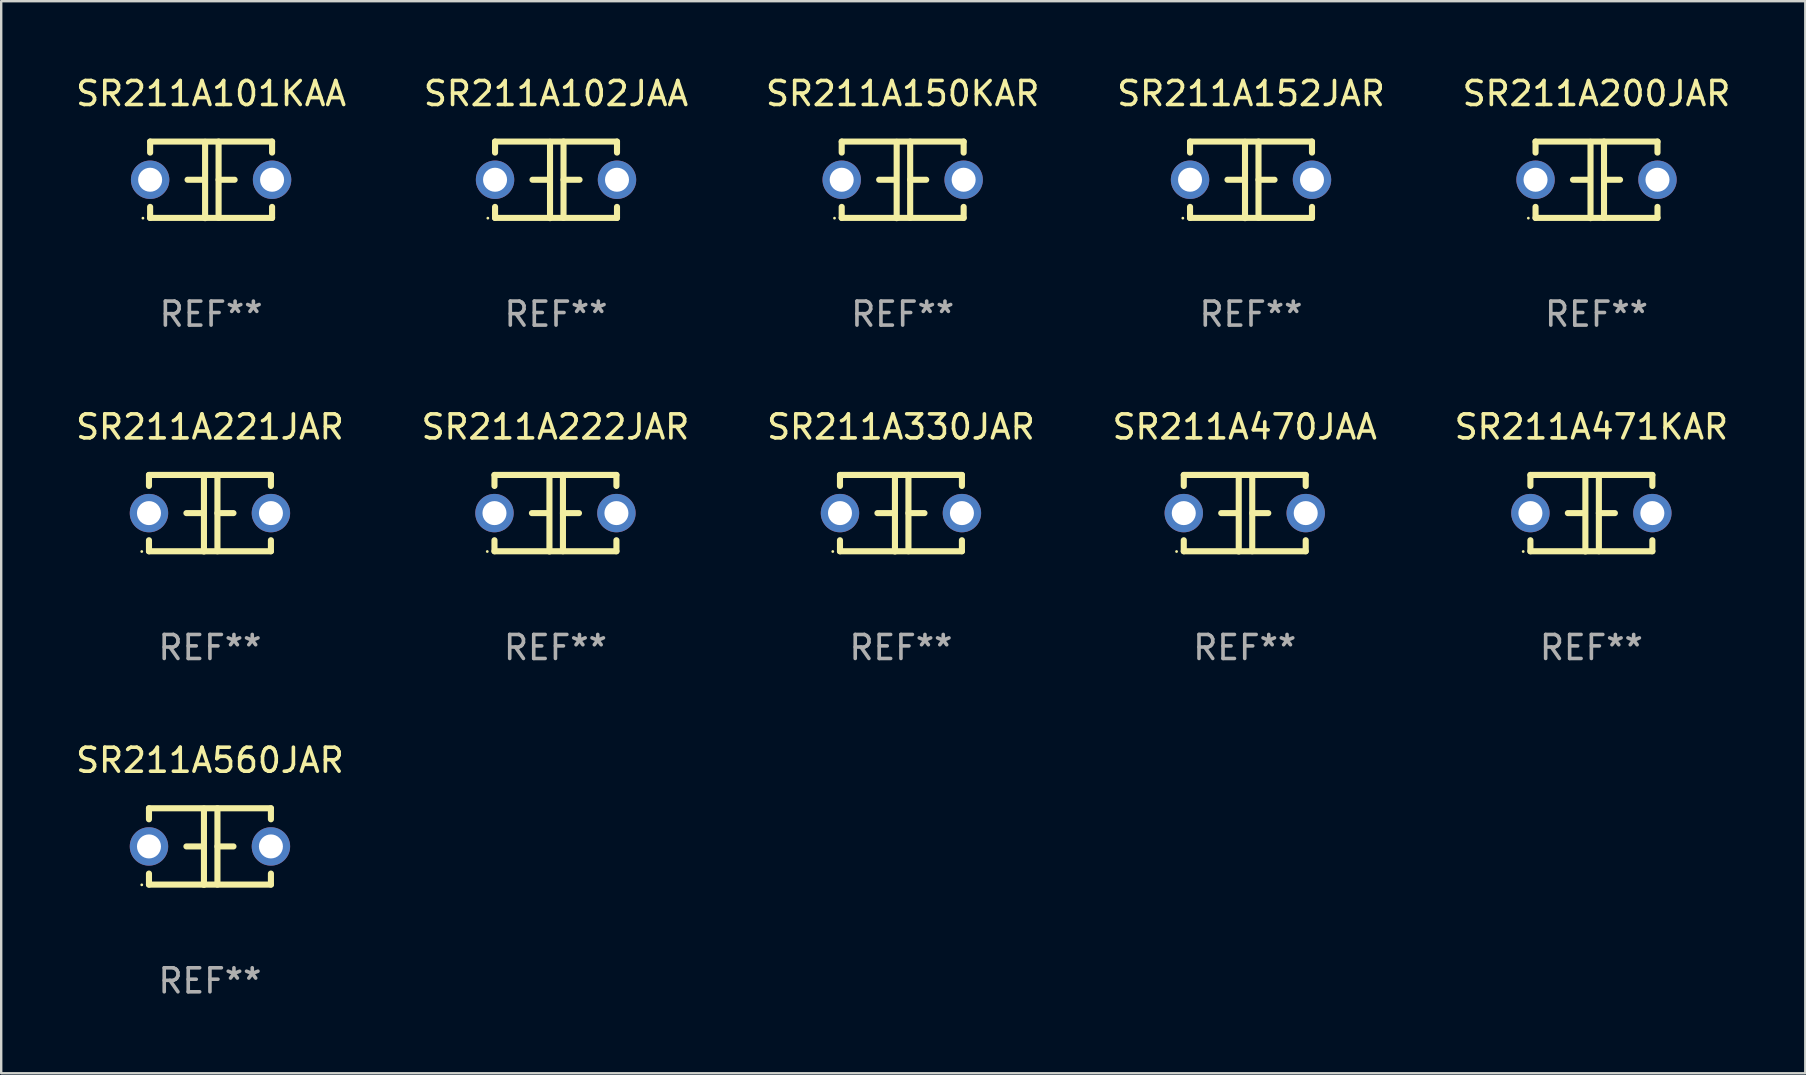
<source format=kicad_pcb>
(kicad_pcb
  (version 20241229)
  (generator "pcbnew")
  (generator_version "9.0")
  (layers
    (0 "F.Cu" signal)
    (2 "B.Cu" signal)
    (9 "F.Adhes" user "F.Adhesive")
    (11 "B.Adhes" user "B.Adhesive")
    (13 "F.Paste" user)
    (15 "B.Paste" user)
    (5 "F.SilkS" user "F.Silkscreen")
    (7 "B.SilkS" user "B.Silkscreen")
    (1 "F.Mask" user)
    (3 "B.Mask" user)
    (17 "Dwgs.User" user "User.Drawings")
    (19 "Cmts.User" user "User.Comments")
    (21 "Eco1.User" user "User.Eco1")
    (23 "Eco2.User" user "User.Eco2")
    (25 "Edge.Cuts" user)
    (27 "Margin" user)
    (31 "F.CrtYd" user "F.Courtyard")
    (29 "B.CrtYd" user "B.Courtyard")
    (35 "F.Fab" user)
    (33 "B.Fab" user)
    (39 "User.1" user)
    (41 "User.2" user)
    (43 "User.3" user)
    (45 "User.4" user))
  (footprint "SR211A560JAR"
    (layer "F.Cu")
    (at 5.696 32.216)
    (property "Reference" "SR211A560JAR" (at 0 -3.595 0) (layer "F.SilkS") (effects (font (size 1 1) (thickness 0.15))))
    (attr through_hole)
    (fp_line (start -2.54 -1.595) (end -2.54 -1.136) (stroke (width 0.254) (type solid)) (layer "F.SilkS"))
    (fp_line (start -2.54 -1.595) (end 2.54 -1.595) (stroke (width 0.254) (type solid)) (layer "F.SilkS"))
    (fp_line (start -2.54 1.126) (end -2.54 1.585) (stroke (width 0.254) (type solid)) (layer "F.SilkS"))
    (fp_line (start -0.312 -0.005) (end -0.98 -0.005) (stroke (width 0.254) (type solid)) (layer "F.SilkS"))
    (fp_line (start -0.25 -1.585) (end -0.25 1.595) (stroke (width 0.254) (type solid)) (layer "F.SilkS"))
    (fp_line (start 0.312 -1.595) (end 0.312 1.585) (stroke (width 0.254) (type solid)) (layer "F.SilkS"))
    (fp_line (start 0.312 -0.005) (end 0.98 -0.005) (stroke (width 0.254) (type solid)) (layer "F.SilkS"))
    (fp_line (start 2.54 -1.595) (end 2.54 -1.136) (stroke (width 0.254) (type solid)) (layer "F.SilkS"))
    (fp_line (start 2.54 1.126) (end 2.54 1.585) (stroke (width 0.254) (type solid)) (layer "F.SilkS"))
    (fp_line (start 2.54 1.585) (end -2.54 1.585) (stroke (width 0.254) (type solid)) (layer "F.SilkS"))
    (fp_circle (center -2.84 1.595) (end -2.81 1.595) (stroke (width 0.06) (type solid)) (fill no) (layer "F.SilkS"))
    (fp_text user "REF**" (at 0 5.595 0) (layer "F.Fab") (effects (font (size 1 1) (thickness 0.15))))
    (pad "1" thru_hole circle (at -2.54 -0.005) (size 1.6 1.6) (drill 1) (layers "*.Cu" "*.Mask"))
    (pad "2" thru_hole circle (at 2.54 -0.005) (size 1.6 1.6) (drill 1) (layers "*.Cu" "*.Mask")))
  (footprint "SR211A101KAA"
    (layer "F.Cu")
    (at 5.744 4.443)
    (property "Reference" "SR211A101KAA" (at 0 -3.595 0) (layer "F.SilkS") (effects (font (size 1 1) (thickness 0.15))))
    (attr through_hole)
    (fp_line (start -2.54 -1.595) (end -2.54 -1.136) (stroke (width 0.254) (type solid)) (layer "F.SilkS"))
    (fp_line (start -2.54 -1.595) (end 2.54 -1.595) (stroke (width 0.254) (type solid)) (layer "F.SilkS"))
    (fp_line (start -2.54 1.126) (end -2.54 1.585) (stroke (width 0.254) (type solid)) (layer "F.SilkS"))
    (fp_line (start -0.312 -0.005) (end -0.98 -0.005) (stroke (width 0.254) (type solid)) (layer "F.SilkS"))
    (fp_line (start -0.25 -1.585) (end -0.25 1.595) (stroke (width 0.254) (type solid)) (layer "F.SilkS"))
    (fp_line (start 0.312 -1.595) (end 0.312 1.585) (stroke (width 0.254) (type solid)) (layer "F.SilkS"))
    (fp_line (start 0.312 -0.005) (end 0.98 -0.005) (stroke (width 0.254) (type solid)) (layer "F.SilkS"))
    (fp_line (start 2.54 -1.595) (end 2.54 -1.136) (stroke (width 0.254) (type solid)) (layer "F.SilkS"))
    (fp_line (start 2.54 1.126) (end 2.54 1.585) (stroke (width 0.254) (type solid)) (layer "F.SilkS"))
    (fp_line (start 2.54 1.585) (end -2.54 1.585) (stroke (width 0.254) (type solid)) (layer "F.SilkS"))
    (fp_circle (center -2.84 1.595) (end -2.81 1.595) (stroke (width 0.06) (type solid)) (fill no) (layer "F.SilkS"))
    (fp_text user "REF**" (at 0 5.595 0) (layer "F.Fab") (effects (font (size 1 1) (thickness 0.15))))
    (pad "1" thru_hole circle (at -2.54 -0.005) (size 1.6 1.6) (drill 1) (layers "*.Cu" "*.Mask"))
    (pad "2" thru_hole circle (at 2.54 -0.005) (size 1.6 1.6) (drill 1) (layers "*.Cu" "*.Mask")))
  (footprint "SR211A200JAR"
    (layer "F.Cu")
    (at 63.458 4.443)
    (property "Reference" "SR211A200JAR" (at 0 -3.595 0) (layer "F.SilkS") (effects (font (size 1 1) (thickness 0.15))))
    (attr through_hole)
    (fp_line (start -2.54 -1.595) (end -2.54 -1.136) (stroke (width 0.254) (type solid)) (layer "F.SilkS"))
    (fp_line (start -2.54 -1.595) (end 2.54 -1.595) (stroke (width 0.254) (type solid)) (layer "F.SilkS"))
    (fp_line (start -2.54 1.126) (end -2.54 1.585) (stroke (width 0.254) (type solid)) (layer "F.SilkS"))
    (fp_line (start -0.312 -0.005) (end -0.98 -0.005) (stroke (width 0.254) (type solid)) (layer "F.SilkS"))
    (fp_line (start -0.25 -1.585) (end -0.25 1.595) (stroke (width 0.254) (type solid)) (layer "F.SilkS"))
    (fp_line (start 0.312 -1.595) (end 0.312 1.585) (stroke (width 0.254) (type solid)) (layer "F.SilkS"))
    (fp_line (start 0.312 -0.005) (end 0.98 -0.005) (stroke (width 0.254) (type solid)) (layer "F.SilkS"))
    (fp_line (start 2.54 -1.595) (end 2.54 -1.136) (stroke (width 0.254) (type solid)) (layer "F.SilkS"))
    (fp_line (start 2.54 1.126) (end 2.54 1.585) (stroke (width 0.254) (type solid)) (layer "F.SilkS"))
    (fp_line (start 2.54 1.585) (end -2.54 1.585) (stroke (width 0.254) (type solid)) (layer "F.SilkS"))
    (fp_circle (center -2.84 1.595) (end -2.81 1.595) (stroke (width 0.06) (type solid)) (fill no) (layer "F.SilkS"))
    (fp_text user "REF**" (at 0 5.595 0) (layer "F.Fab") (effects (font (size 1 1) (thickness 0.15))))
    (pad "1" thru_hole circle (at -2.54 -0.005) (size 1.6 1.6) (drill 1) (layers "*.Cu" "*.Mask"))
    (pad "2" thru_hole circle (at 2.54 -0.005) (size 1.6 1.6) (drill 1) (layers "*.Cu" "*.Mask")))
  (footprint "SR211A470JAA"
    (layer "F.Cu")
    (at 48.804 18.33)
    (property "Reference" "SR211A470JAA" (at 0 -3.595 0) (layer "F.SilkS") (effects (font (size 1 1) (thickness 0.15))))
    (attr through_hole)
    (fp_line (start -2.54 -1.595) (end -2.54 -1.136) (stroke (width 0.254) (type solid)) (layer "F.SilkS"))
    (fp_line (start -2.54 -1.595) (end 2.54 -1.595) (stroke (width 0.254) (type solid)) (layer "F.SilkS"))
    (fp_line (start -2.54 1.126) (end -2.54 1.585) (stroke (width 0.254) (type solid)) (layer "F.SilkS"))
    (fp_line (start -0.312 -0.005) (end -0.98 -0.005) (stroke (width 0.254) (type solid)) (layer "F.SilkS"))
    (fp_line (start -0.25 -1.585) (end -0.25 1.595) (stroke (width 0.254) (type solid)) (layer "F.SilkS"))
    (fp_line (start 0.312 -1.595) (end 0.312 1.585) (stroke (width 0.254) (type solid)) (layer "F.SilkS"))
    (fp_line (start 0.312 -0.005) (end 0.98 -0.005) (stroke (width 0.254) (type solid)) (layer "F.SilkS"))
    (fp_line (start 2.54 -1.595) (end 2.54 -1.136) (stroke (width 0.254) (type solid)) (layer "F.SilkS"))
    (fp_line (start 2.54 1.126) (end 2.54 1.585) (stroke (width 0.254) (type solid)) (layer "F.SilkS"))
    (fp_line (start 2.54 1.585) (end -2.54 1.585) (stroke (width 0.254) (type solid)) (layer "F.SilkS"))
    (fp_circle (center -2.84 1.595) (end -2.81 1.595) (stroke (width 0.06) (type solid)) (fill no) (layer "F.SilkS"))
    (fp_text user "REF**" (at 0 5.595 0) (layer "F.Fab") (effects (font (size 1 1) (thickness 0.15))))
    (pad "1" thru_hole circle (at -2.54 -0.005) (size 1.6 1.6) (drill 1) (layers "*.Cu" "*.Mask"))
    (pad "2" thru_hole circle (at 2.54 -0.005) (size 1.6 1.6) (drill 1) (layers "*.Cu" "*.Mask")))
  (footprint "SR211A222JAR"
    (layer "F.Cu")
    (at 20.089 18.33)
    (property "Reference" "SR211A222JAR" (at 0 -3.595 0) (layer "F.SilkS") (effects (font (size 1 1) (thickness 0.15))))
    (attr through_hole)
    (fp_line (start -2.54 -1.595) (end -2.54 -1.136) (stroke (width 0.254) (type solid)) (layer "F.SilkS"))
    (fp_line (start -2.54 -1.595) (end 2.54 -1.595) (stroke (width 0.254) (type solid)) (layer "F.SilkS"))
    (fp_line (start -2.54 1.126) (end -2.54 1.585) (stroke (width 0.254) (type solid)) (layer "F.SilkS"))
    (fp_line (start -0.312 -0.005) (end -0.98 -0.005) (stroke (width 0.254) (type solid)) (layer "F.SilkS"))
    (fp_line (start -0.25 -1.585) (end -0.25 1.595) (stroke (width 0.254) (type solid)) (layer "F.SilkS"))
    (fp_line (start 0.312 -1.595) (end 0.312 1.585) (stroke (width 0.254) (type solid)) (layer "F.SilkS"))
    (fp_line (start 0.312 -0.005) (end 0.98 -0.005) (stroke (width 0.254) (type solid)) (layer "F.SilkS"))
    (fp_line (start 2.54 -1.595) (end 2.54 -1.136) (stroke (width 0.254) (type solid)) (layer "F.SilkS"))
    (fp_line (start 2.54 1.126) (end 2.54 1.585) (stroke (width 0.254) (type solid)) (layer "F.SilkS"))
    (fp_line (start 2.54 1.585) (end -2.54 1.585) (stroke (width 0.254) (type solid)) (layer "F.SilkS"))
    (fp_circle (center -2.84 1.595) (end -2.81 1.595) (stroke (width 0.06) (type solid)) (fill no) (layer "F.SilkS"))
    (fp_text user "REF**" (at 0 5.595 0) (layer "F.Fab") (effects (font (size 1 1) (thickness 0.15))))
    (pad "1" thru_hole circle (at -2.54 -0.005) (size 1.6 1.6) (drill 1) (layers "*.Cu" "*.Mask"))
    (pad "2" thru_hole circle (at 2.54 -0.005) (size 1.6 1.6) (drill 1) (layers "*.Cu" "*.Mask")))
  (footprint "SR211A221JAR"
    (layer "F.Cu")
    (at 5.696 18.33)
    (property "Reference" "SR211A221JAR" (at 0 -3.595 0) (layer "F.SilkS") (effects (font (size 1 1) (thickness 0.15))))
    (attr through_hole)
    (fp_line (start -2.54 -1.595) (end -2.54 -1.136) (stroke (width 0.254) (type solid)) (layer "F.SilkS"))
    (fp_line (start -2.54 -1.595) (end 2.54 -1.595) (stroke (width 0.254) (type solid)) (layer "F.SilkS"))
    (fp_line (start -2.54 1.126) (end -2.54 1.585) (stroke (width 0.254) (type solid)) (layer "F.SilkS"))
    (fp_line (start -0.312 -0.005) (end -0.98 -0.005) (stroke (width 0.254) (type solid)) (layer "F.SilkS"))
    (fp_line (start -0.25 -1.585) (end -0.25 1.595) (stroke (width 0.254) (type solid)) (layer "F.SilkS"))
    (fp_line (start 0.312 -1.595) (end 0.312 1.585) (stroke (width 0.254) (type solid)) (layer "F.SilkS"))
    (fp_line (start 0.312 -0.005) (end 0.98 -0.005) (stroke (width 0.254) (type solid)) (layer "F.SilkS"))
    (fp_line (start 2.54 -1.595) (end 2.54 -1.136) (stroke (width 0.254) (type solid)) (layer "F.SilkS"))
    (fp_line (start 2.54 1.126) (end 2.54 1.585) (stroke (width 0.254) (type solid)) (layer "F.SilkS"))
    (fp_line (start 2.54 1.585) (end -2.54 1.585) (stroke (width 0.254) (type solid)) (layer "F.SilkS"))
    (fp_circle (center -2.84 1.595) (end -2.81 1.595) (stroke (width 0.06) (type solid)) (fill no) (layer "F.SilkS"))
    (fp_text user "REF**" (at 0 5.595 0) (layer "F.Fab") (effects (font (size 1 1) (thickness 0.15))))
    (pad "1" thru_hole circle (at -2.54 -0.005) (size 1.6 1.6) (drill 1) (layers "*.Cu" "*.Mask"))
    (pad "2" thru_hole circle (at 2.54 -0.005) (size 1.6 1.6) (drill 1) (layers "*.Cu" "*.Mask")))
  (footprint "SR211A330JAR"
    (layer "F.Cu")
    (at 34.482 18.33)
    (property "Reference" "SR211A330JAR" (at 0 -3.595 0) (layer "F.SilkS") (effects (font (size 1 1) (thickness 0.15))))
    (attr through_hole)
    (fp_line (start -2.54 -1.595) (end -2.54 -1.136) (stroke (width 0.254) (type solid)) (layer "F.SilkS"))
    (fp_line (start -2.54 -1.595) (end 2.54 -1.595) (stroke (width 0.254) (type solid)) (layer "F.SilkS"))
    (fp_line (start -2.54 1.126) (end -2.54 1.585) (stroke (width 0.254) (type solid)) (layer "F.SilkS"))
    (fp_line (start -0.312 -0.005) (end -0.98 -0.005) (stroke (width 0.254) (type solid)) (layer "F.SilkS"))
    (fp_line (start -0.25 -1.585) (end -0.25 1.595) (stroke (width 0.254) (type solid)) (layer "F.SilkS"))
    (fp_line (start 0.312 -1.595) (end 0.312 1.585) (stroke (width 0.254) (type solid)) (layer "F.SilkS"))
    (fp_line (start 0.312 -0.005) (end 0.98 -0.005) (stroke (width 0.254) (type solid)) (layer "F.SilkS"))
    (fp_line (start 2.54 -1.595) (end 2.54 -1.136) (stroke (width 0.254) (type solid)) (layer "F.SilkS"))
    (fp_line (start 2.54 1.126) (end 2.54 1.585) (stroke (width 0.254) (type solid)) (layer "F.SilkS"))
    (fp_line (start 2.54 1.585) (end -2.54 1.585) (stroke (width 0.254) (type solid)) (layer "F.SilkS"))
    (fp_circle (center -2.84 1.595) (end -2.81 1.595) (stroke (width 0.06) (type solid)) (fill no) (layer "F.SilkS"))
    (fp_text user "REF**" (at 0 5.595 0) (layer "F.Fab") (effects (font (size 1 1) (thickness 0.15))))
    (pad "1" thru_hole circle (at -2.54 -0.005) (size 1.6 1.6) (drill 1) (layers "*.Cu" "*.Mask"))
    (pad "2" thru_hole circle (at 2.54 -0.005) (size 1.6 1.6) (drill 1) (layers "*.Cu" "*.Mask")))
  (footprint "SR211A152JAR"
    (layer "F.Cu")
    (at 49.065 4.443)
    (property "Reference" "SR211A152JAR" (at 0 -3.595 0) (layer "F.SilkS") (effects (font (size 1 1) (thickness 0.15))))
    (attr through_hole)
    (fp_line (start -2.54 -1.595) (end -2.54 -1.136) (stroke (width 0.254) (type solid)) (layer "F.SilkS"))
    (fp_line (start -2.54 -1.595) (end 2.54 -1.595) (stroke (width 0.254) (type solid)) (layer "F.SilkS"))
    (fp_line (start -2.54 1.126) (end -2.54 1.585) (stroke (width 0.254) (type solid)) (layer "F.SilkS"))
    (fp_line (start -0.312 -0.005) (end -0.98 -0.005) (stroke (width 0.254) (type solid)) (layer "F.SilkS"))
    (fp_line (start -0.25 -1.585) (end -0.25 1.595) (stroke (width 0.254) (type solid)) (layer "F.SilkS"))
    (fp_line (start 0.312 -1.595) (end 0.312 1.585) (stroke (width 0.254) (type solid)) (layer "F.SilkS"))
    (fp_line (start 0.312 -0.005) (end 0.98 -0.005) (stroke (width 0.254) (type solid)) (layer "F.SilkS"))
    (fp_line (start 2.54 -1.595) (end 2.54 -1.136) (stroke (width 0.254) (type solid)) (layer "F.SilkS"))
    (fp_line (start 2.54 1.126) (end 2.54 1.585) (stroke (width 0.254) (type solid)) (layer "F.SilkS"))
    (fp_line (start 2.54 1.585) (end -2.54 1.585) (stroke (width 0.254) (type solid)) (layer "F.SilkS"))
    (fp_circle (center -2.84 1.595) (end -2.81 1.595) (stroke (width 0.06) (type solid)) (fill no) (layer "F.SilkS"))
    (fp_text user "REF**" (at 0 5.595 0) (layer "F.Fab") (effects (font (size 1 1) (thickness 0.15))))
    (pad "1" thru_hole circle (at -2.54 -0.005) (size 1.6 1.6) (drill 1) (layers "*.Cu" "*.Mask"))
    (pad "2" thru_hole circle (at 2.54 -0.005) (size 1.6 1.6) (drill 1) (layers "*.Cu" "*.Mask")))
  (footprint "SR211A471KAR"
    (layer "F.Cu")
    (at 63.244 18.33)
    (property "Reference" "SR211A471KAR" (at 0 -3.595 0) (layer "F.SilkS") (effects (font (size 1 1) (thickness 0.15))))
    (attr through_hole)
    (fp_line (start -2.54 -1.595) (end -2.54 -1.136) (stroke (width 0.254) (type solid)) (layer "F.SilkS"))
    (fp_line (start -2.54 -1.595) (end 2.54 -1.595) (stroke (width 0.254) (type solid)) (layer "F.SilkS"))
    (fp_line (start -2.54 1.126) (end -2.54 1.585) (stroke (width 0.254) (type solid)) (layer "F.SilkS"))
    (fp_line (start -0.312 -0.005) (end -0.98 -0.005) (stroke (width 0.254) (type solid)) (layer "F.SilkS"))
    (fp_line (start -0.25 -1.585) (end -0.25 1.595) (stroke (width 0.254) (type solid)) (layer "F.SilkS"))
    (fp_line (start 0.312 -1.595) (end 0.312 1.585) (stroke (width 0.254) (type solid)) (layer "F.SilkS"))
    (fp_line (start 0.312 -0.005) (end 0.98 -0.005) (stroke (width 0.254) (type solid)) (layer "F.SilkS"))
    (fp_line (start 2.54 -1.595) (end 2.54 -1.136) (stroke (width 0.254) (type solid)) (layer "F.SilkS"))
    (fp_line (start 2.54 1.126) (end 2.54 1.585) (stroke (width 0.254) (type solid)) (layer "F.SilkS"))
    (fp_line (start 2.54 1.585) (end -2.54 1.585) (stroke (width 0.254) (type solid)) (layer "F.SilkS"))
    (fp_circle (center -2.84 1.595) (end -2.81 1.595) (stroke (width 0.06) (type solid)) (fill no) (layer "F.SilkS"))
    (fp_text user "REF**" (at 0 5.595 0) (layer "F.Fab") (effects (font (size 1 1) (thickness 0.15))))
    (pad "1" thru_hole circle (at -2.54 -0.005) (size 1.6 1.6) (drill 1) (layers "*.Cu" "*.Mask"))
    (pad "2" thru_hole circle (at 2.54 -0.005) (size 1.6 1.6) (drill 1) (layers "*.Cu" "*.Mask")))
  (footprint "SR211A150KAR"
    (layer "F.Cu")
    (at 34.554 4.443)
    (property "Reference" "SR211A150KAR" (at 0 -3.595 0) (layer "F.SilkS") (effects (font (size 1 1) (thickness 0.15))))
    (attr through_hole)
    (fp_line (start -2.54 -1.595) (end -2.54 -1.136) (stroke (width 0.254) (type solid)) (layer "F.SilkS"))
    (fp_line (start -2.54 -1.595) (end 2.54 -1.595) (stroke (width 0.254) (type solid)) (layer "F.SilkS"))
    (fp_line (start -2.54 1.126) (end -2.54 1.585) (stroke (width 0.254) (type solid)) (layer "F.SilkS"))
    (fp_line (start -0.312 -0.005) (end -0.98 -0.005) (stroke (width 0.254) (type solid)) (layer "F.SilkS"))
    (fp_line (start -0.25 -1.585) (end -0.25 1.595) (stroke (width 0.254) (type solid)) (layer "F.SilkS"))
    (fp_line (start 0.312 -1.595) (end 0.312 1.585) (stroke (width 0.254) (type solid)) (layer "F.SilkS"))
    (fp_line (start 0.312 -0.005) (end 0.98 -0.005) (stroke (width 0.254) (type solid)) (layer "F.SilkS"))
    (fp_line (start 2.54 -1.595) (end 2.54 -1.136) (stroke (width 0.254) (type solid)) (layer "F.SilkS"))
    (fp_line (start 2.54 1.126) (end 2.54 1.585) (stroke (width 0.254) (type solid)) (layer "F.SilkS"))
    (fp_line (start 2.54 1.585) (end -2.54 1.585) (stroke (width 0.254) (type solid)) (layer "F.SilkS"))
    (fp_circle (center -2.84 1.595) (end -2.81 1.595) (stroke (width 0.06) (type solid)) (fill no) (layer "F.SilkS"))
    (fp_text user "REF**" (at 0 5.595 0) (layer "F.Fab") (effects (font (size 1 1) (thickness 0.15))))
    (pad "1" thru_hole circle (at -2.54 -0.005) (size 1.6 1.6) (drill 1) (layers "*.Cu" "*.Mask"))
    (pad "2" thru_hole circle (at 2.54 -0.005) (size 1.6 1.6) (drill 1) (layers "*.Cu" "*.Mask")))
  (footprint "SR211A102JAA"
    (layer "F.Cu")
    (at 20.113 4.443)
    (property "Reference" "SR211A102JAA" (at 0 -3.595 0) (layer "F.SilkS") (effects (font (size 1 1) (thickness 0.15))))
    (attr through_hole)
    (fp_line (start -2.54 -1.595) (end -2.54 -1.136) (stroke (width 0.254) (type solid)) (layer "F.SilkS"))
    (fp_line (start -2.54 -1.595) (end 2.54 -1.595) (stroke (width 0.254) (type solid)) (layer "F.SilkS"))
    (fp_line (start -2.54 1.126) (end -2.54 1.585) (stroke (width 0.254) (type solid)) (layer "F.SilkS"))
    (fp_line (start -0.312 -0.005) (end -0.98 -0.005) (stroke (width 0.254) (type solid)) (layer "F.SilkS"))
    (fp_line (start -0.25 -1.585) (end -0.25 1.595) (stroke (width 0.254) (type solid)) (layer "F.SilkS"))
    (fp_line (start 0.312 -1.595) (end 0.312 1.585) (stroke (width 0.254) (type solid)) (layer "F.SilkS"))
    (fp_line (start 0.312 -0.005) (end 0.98 -0.005) (stroke (width 0.254) (type solid)) (layer "F.SilkS"))
    (fp_line (start 2.54 -1.595) (end 2.54 -1.136) (stroke (width 0.254) (type solid)) (layer "F.SilkS"))
    (fp_line (start 2.54 1.126) (end 2.54 1.585) (stroke (width 0.254) (type solid)) (layer "F.SilkS"))
    (fp_line (start 2.54 1.585) (end -2.54 1.585) (stroke (width 0.254) (type solid)) (layer "F.SilkS"))
    (fp_circle (center -2.84 1.595) (end -2.81 1.595) (stroke (width 0.06) (type solid)) (fill no) (layer "F.SilkS"))
    (fp_text user "REF**" (at 0 5.595 0) (layer "F.Fab") (effects (font (size 1 1) (thickness 0.15))))
    (pad "1" thru_hole circle (at -2.54 -0.005) (size 1.6 1.6) (drill 1) (layers "*.Cu" "*.Mask"))
    (pad "2" thru_hole circle (at 2.54 -0.005) (size 1.6 1.6) (drill 1) (layers "*.Cu" "*.Mask")))
  (gr_rect
    (start -3 -3)
    (end 72.155 41.659)
    (stroke (width 0.1) (type default))
    (fill no)
    (layer "Edge.Cuts")))
</source>
